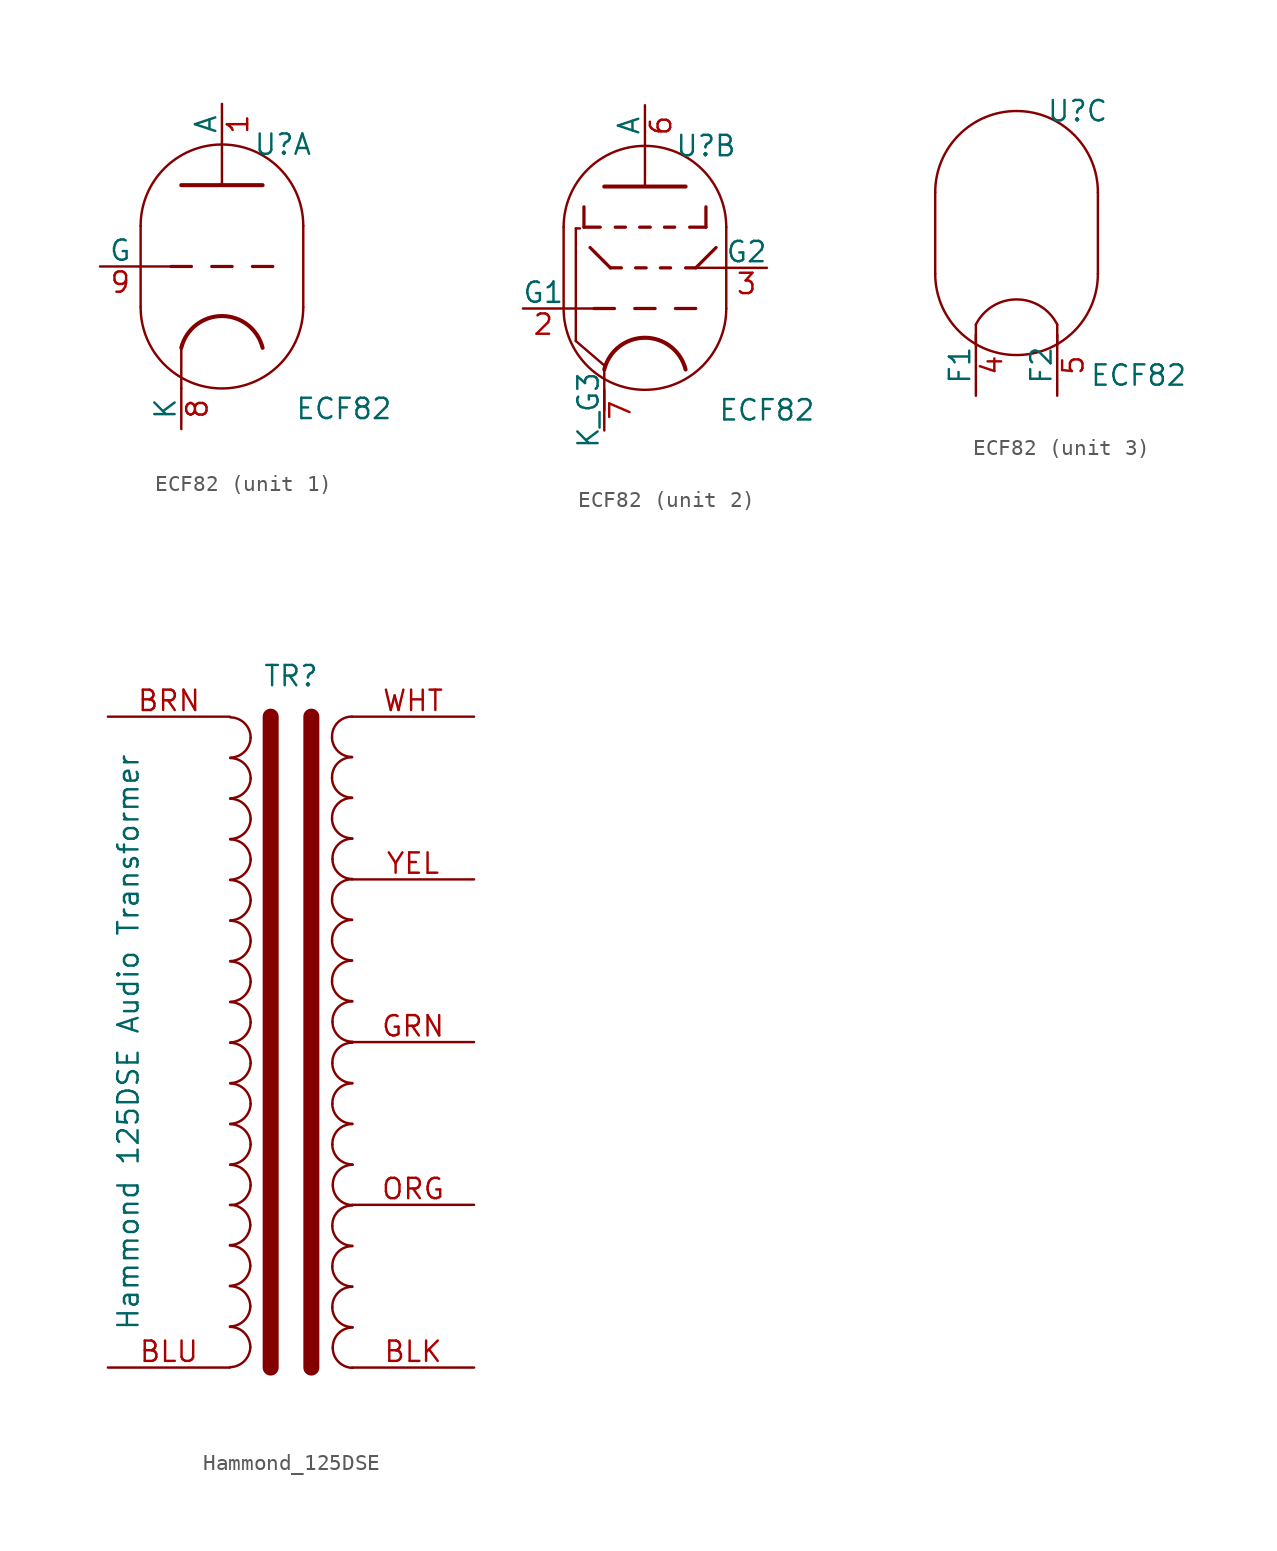
<source format=kicad_sym>
(kicad_symbol_lib
  (version 20241209)
  (generator "kicad_symbol_editor")
  (generator_version "9.0")
  (symbol "ECF82"
    (pin_names
      (offset 0))
    (property "Reference" "U"
      (at 3.81 7.62 0)
      (effects (font (size 1.27 1.27))))
    (property "Value" "ECF82"
      (at 7.62 -8.89 0)
      (effects (font (size 1.27 1.27))))
    (property "ki_locked" ""
      (at 0 0 0)
      (effects (font (size 1.27 1.27))))
    (symbol "ECF82_0_1"
      (polyline (pts (xy -5.08 2.54) (xy -5.08 -2.54) (xy -5.08 -2.54) (xy -5.08 -2.54)) (stroke (width 0) (type default)) (fill (type none)))
      (arc (start -5.08 2.54) (mid 0 7.5979) (end 5.08 2.54) (stroke (width 0) (type default)) (fill (type none)))
      (arc (start 5.08 -2.54) (mid 0 -7.5979) (end -5.08 -2.54) (stroke (width 0) (type default)) (fill (type none)))
      (polyline (pts (xy 5.08 2.54) (xy 5.08 -2.54)) (stroke (width 0) (type default)) (fill (type none))))
    (symbol "ECF82_1_0"
      (polyline (pts (xy -2.54 -5.08) (xy -2.54 -7.62)) (stroke (width 0) (type default)) (fill (type none))))
    (symbol "ECF82_1_1"
      (polyline (pts (xy -5.08 0) (xy -3.175 0)) (stroke (width 0) (type default)) (fill (type none)))
      (polyline (pts (xy -2.54 5.08) (xy 2.54 5.08) (xy 2.54 5.08)) (stroke (width 0.254) (type default)) (fill (type none)))
      (polyline (pts (xy -1.905 0) (xy -3.175 0)) (stroke (width 0.203) (type default)) (fill (type none)))
      (polyline (pts (xy -0.635 0) (xy 0.635 0)) (stroke (width 0.203) (type default)) (fill (type none)))
      (polyline (pts (xy 0 5.08) (xy 0 7.62)) (stroke (width 0) (type default)) (fill (type none)))
      (arc (start -2.54 -5.08) (mid 0 -3.0968) (end 2.54 -5.08) (stroke (width 0.254) (type default)) (fill (type none)))
      (polyline (pts (xy 1.905 0) (xy 3.175 0)) (stroke (width 0.203) (type default)) (fill (type none)))
      (pin input line (at -7.62 0 0) (length 2.54) (name "G" (effects (font (size 1.27 1.27)))) (number "9" (effects (font (size 1.27 1.27)))))
      (pin bidirectional line (at -2.54 -10.16 90) (length 2.54) (name "K" (effects (font (size 1.27 1.27)))) (number "8" (effects (font (size 1.27 1.27)))))
      (pin output line (at 0 10.16 270) (length 2.54) (name "A" (effects (font (size 1.27 1.27)))) (number "1" (effects (font (size 1.27 1.27))))))
    (symbol "ECF82_2_0"
      (polyline (pts (xy -2.54 -6.35) (xy -2.54 -8.89)) (stroke (width 0) (type default)) (fill (type none)))
      (polyline (pts (xy 0 5.08) (xy 0 7.62)) (stroke (width 0) (type default)) (fill (type none)))
      (polyline (pts (xy 2.54 0) (xy 3.175 0)) (stroke (width 0.203) (type default)) (fill (type none)))
      (polyline (pts (xy 4.445 1.27) (xy 3.175 0)) (stroke (width 0.203) (type default)) (fill (type none))))
    (symbol "ECF82_2_1"
      (polyline (pts (xy -5.08 -2.54) (xy -3.175 -2.54)) (stroke (width 0) (type default)) (fill (type none)))
      (polyline (pts (xy -4.318 -4.572) (xy -4.318 2.464)) (stroke (width 0.152) (type default)) (fill (type none)))
      (polyline (pts (xy -4.318 -4.572) (xy -2.54 -6.096)) (stroke (width 0.152) (type default)) (fill (type none)))
      (polyline (pts (xy -4.064 2.464) (xy -4.318 2.464)) (stroke (width 0.152) (type default)) (fill (type none)))
      (polyline (pts (xy -3.81 3.81) (xy -3.81 2.54)) (stroke (width 0.203) (type default)) (fill (type none)))
      (polyline (pts (xy -3.81 2.54) (xy -2.794 2.54)) (stroke (width 0.203) (type default)) (fill (type none)))
      (polyline (pts (xy -3.429 1.27) (xy -2.159 0)) (stroke (width 0.203) (type default)) (fill (type none)))
      (polyline (pts (xy -2.54 5.08) (xy 2.54 5.08) (xy 2.54 5.08)) (stroke (width 0.254) (type default)) (fill (type none)))
      (polyline (pts (xy -2.159 0) (xy -1.473 0)) (stroke (width 0.203) (type default)) (fill (type none)))
      (polyline (pts (xy -1.905 -2.54) (xy -3.175 -2.54)) (stroke (width 0.203) (type default)) (fill (type none)))
      (polyline (pts (xy -1.854 2.54) (xy -1.219 2.54)) (stroke (width 0.203) (type default)) (fill (type none)))
      (polyline (pts (xy -0.635 -2.54) (xy 0.635 -2.54)) (stroke (width 0.203) (type default)) (fill (type none)))
      (polyline (pts (xy -0.584 0) (xy 0.076 0)) (stroke (width 0.203) (type default)) (fill (type none)))
      (polyline (pts (xy -0.33 2.54) (xy 0.33 2.54)) (stroke (width 0.203) (type default)) (fill (type none)))
      (arc (start -2.54 -6.35) (mid 0 -4.3668) (end 2.54 -6.35) (stroke (width 0.254) (type default)) (fill (type none)))
      (polyline (pts (xy 0.965 0) (xy 1.6 0)) (stroke (width 0.203) (type default)) (fill (type none)))
      (polyline (pts (xy 1.219 2.54) (xy 1.854 2.54)) (stroke (width 0.203) (type default)) (fill (type none)))
      (polyline (pts (xy 1.905 -2.54) (xy 3.175 -2.54)) (stroke (width 0.203) (type default)) (fill (type none)))
      (polyline (pts (xy 3.175 0) (xy 5.08 0)) (stroke (width 0) (type default)) (fill (type none)))
      (polyline (pts (xy 3.81 3.81) (xy 3.81 2.54)) (stroke (width 0.203) (type default)) (fill (type none)))
      (polyline (pts (xy 3.81 2.54) (xy 2.794 2.54)) (stroke (width 0.203) (type default)) (fill (type none)))
      (pin input line (at -7.62 -2.54 0) (length 2.54) (name "G1" (effects (font (size 1.27 1.27)))) (number "2" (effects (font (size 1.27 1.27)))))
      (pin bidirectional line (at -2.54 -10.16 90) (length 2.54) (name "K_G3" (effects (font (size 1.27 1.27)))) (number "7" (effects (font (size 1.27 1.27)))))
      (pin output line (at 0 10.16 270) (length 2.54) (name "A" (effects (font (size 1.27 1.27)))) (number "6" (effects (font (size 1.27 1.27)))))
      (pin input line (at 7.62 0 180) (length 2.54) (name "G2" (effects (font (size 1.27 1.27)))) (number "3" (effects (font (size 1.27 1.27))))))
    (symbol "ECF82_3_1"
      (polyline (pts (xy -2.54 -6.985) (xy -2.54 -5.715) (xy -2.54 -5.715)) (stroke (width 0) (type default)) (fill (type none)))
      (arc (start -2.54 -5.715) (mid 0 -4.1452) (end 2.54 -5.715) (stroke (width 0) (type default)) (fill (type none)))
      (polyline (pts (xy 2.54 -6.985) (xy 2.54 -5.715) (xy 2.54 -5.715) (xy 2.54 -5.715)) (stroke (width 0) (type default)) (fill (type none)))
      (pin power_in line (at -2.54 -10.16 90) (length 3.81) (name "F1" (effects (font (size 1.27 1.27)))) (number "4" (effects (font (size 1.27 1.27)))))
      (pin power_in line (at 2.54 -10.16 90) (length 3.81) (name "F2" (effects (font (size 1.27 1.27)))) (number "5" (effects (font (size 1.27 1.27)))))))
  (symbol "Hammond_125DSE"
    (pin_names
      (offset 1.016)
      (hide yes))
    (property "Reference" "TR"
      (at 1.27 27.94 0)
      (effects (font (size 1.27 1.27))))
    (property "Value" "Hammond 125DSE Audio Transformer"
      (at -8.89 5.08 90)
      (effects (font (size 1.27 1.27))))
    (symbol "Hammond_125DSE_0_1"
      (arc (start -1.27 -6.35) (mid -1.6561 -7.2263) (end -2.54 -7.5946) (stroke (width 0) (type default)) (fill (type none)))
      (arc (start -1.27 -8.89) (mid -1.6561 -9.7663) (end -2.54 -10.1346) (stroke (width 0) (type default)) (fill (type none)))
      (arc (start -1.27 -11.43) (mid -1.6561 -12.3063) (end -2.54 -12.6746) (stroke (width 0) (type default)) (fill (type none)))
      (arc (start -1.27 -13.97) (mid -1.6561 -14.8463) (end -2.54 -15.2146) (stroke (width 0) (type default)) (fill (type none)))
      (arc (start -2.54 -5.08) (mid -1.642 -5.452) (end -1.27 -6.35) (stroke (width 0) (type default)) (fill (type none)))
      (arc (start -2.54 -7.62) (mid -1.642 -7.992) (end -1.27 -8.89) (stroke (width 0) (type default)) (fill (type none)))
      (arc (start -2.54 -10.16) (mid -1.642 -10.532) (end -1.27 -11.43) (stroke (width 0) (type default)) (fill (type none)))
      (arc (start -2.54 -12.7) (mid -1.642 -13.072) (end -1.27 -13.97) (stroke (width 0) (type default)) (fill (type none)))
      (arc (start -1.2515 24.0855) (mid -1.6376 23.2092) (end -2.5215 22.8409) (stroke (width 0) (type default)) (fill (type none)))
      (arc (start -1.2515 21.5455) (mid -1.6376 20.6692) (end -2.5215 20.3009) (stroke (width 0) (type default)) (fill (type none)))
      (arc (start -1.2515 19.0055) (mid -1.6376 18.1292) (end -2.5215 17.7609) (stroke (width 0) (type default)) (fill (type none)))
      (arc (start -1.2515 16.4655) (mid -1.6376 15.5892) (end -2.5215 15.2209) (stroke (width 0) (type default)) (fill (type none)))
      (arc (start -1.2515 13.9255) (mid -1.6376 13.0492) (end -2.5215 12.6809) (stroke (width 0) (type default)) (fill (type none)))
      (arc (start -1.2515 11.3855) (mid -1.6376 10.5092) (end -2.5215 10.1409) (stroke (width 0) (type default)) (fill (type none)))
      (arc (start -1.2515 8.8455) (mid -1.6376 7.9692) (end -2.5215 7.6009) (stroke (width 0) (type default)) (fill (type none)))
      (arc (start -1.2515 6.3055) (mid -1.6376 5.4292) (end -2.5215 5.0609) (stroke (width 0) (type default)) (fill (type none)))
      (arc (start -1.2515 3.7655) (mid -1.6376 2.8892) (end -2.5215 2.5209) (stroke (width 0) (type default)) (fill (type none)))
      (arc (start -1.2515 1.2255) (mid -1.6376 0.3492) (end -2.5215 -0.0191) (stroke (width 0) (type default)) (fill (type none)))
      (arc (start -1.2515 -1.3145) (mid -1.6376 -2.1908) (end -2.5215 -2.5591) (stroke (width 0) (type default)) (fill (type none)))
      (arc (start -1.2515 -3.8545) (mid -1.6376 -4.7308) (end -2.5215 -5.0991) (stroke (width 0) (type default)) (fill (type none)))
      (arc (start -2.5215 25.3555) (mid -1.6235 24.9835) (end -1.2515 24.0855) (stroke (width 0) (type default)) (fill (type none)))
      (arc (start -2.5215 22.8155) (mid -1.6235 22.4435) (end -1.2515 21.5455) (stroke (width 0) (type default)) (fill (type none)))
      (arc (start -2.5215 20.2755) (mid -1.6235 19.9035) (end -1.2515 19.0055) (stroke (width 0) (type default)) (fill (type none)))
      (arc (start -2.5215 17.7355) (mid -1.6235 17.3635) (end -1.2515 16.4655) (stroke (width 0) (type default)) (fill (type none)))
      (arc (start -2.5215 15.1955) (mid -1.6235 14.8235) (end -1.2515 13.9255) (stroke (width 0) (type default)) (fill (type none)))
      (arc (start -2.5215 12.6555) (mid -1.6235 12.2835) (end -1.2515 11.3855) (stroke (width 0) (type default)) (fill (type none)))
      (arc (start -2.5215 10.1155) (mid -1.6235 9.7435) (end -1.2515 8.8455) (stroke (width 0) (type default)) (fill (type none)))
      (arc (start -2.5215 7.5755) (mid -1.6235 7.2035) (end -1.2515 6.3055) (stroke (width 0) (type default)) (fill (type none)))
      (arc (start -2.5215 5.0355) (mid -1.6235 4.6635) (end -1.2515 3.7655) (stroke (width 0) (type default)) (fill (type none)))
      (arc (start -2.5215 2.4955) (mid -1.6235 2.1235) (end -1.2515 1.2255) (stroke (width 0) (type default)) (fill (type none)))
      (arc (start -2.5215 -0.0445) (mid -1.6235 -0.4165) (end -1.2515 -1.3145) (stroke (width 0) (type default)) (fill (type none)))
      (arc (start -2.5215 -2.5845) (mid -1.6235 -2.9565) (end -1.2515 -3.8545) (stroke (width 0) (type default)) (fill (type none)))
      (polyline (pts (xy 0 25.4) (xy 0 -15.24)) (stroke (width 1) (type default)) (fill (type none)))
      (polyline (pts (xy 2.54 -15.24) (xy 2.54 25.4)) (stroke (width 1) (type default)) (fill (type none)))
      (arc (start 3.8354 24.13) (mid 4.1857 25.0317) (end 5.08 25.4) (stroke (width 0) (type default)) (fill (type none)))
      (arc (start 3.8354 21.59) (mid 4.1857 22.4917) (end 5.08 22.86) (stroke (width 0) (type default)) (fill (type none)))
      (arc (start 3.8354 19.05) (mid 4.1857 19.9517) (end 5.08 20.32) (stroke (width 0) (type default)) (fill (type none)))
      (arc (start 3.8354 13.97) (mid 4.1857 14.8717) (end 5.08 15.24) (stroke (width 0) (type default)) (fill (type none)))
      (arc (start 3.8354 11.43) (mid 4.1857 12.3317) (end 5.08 12.7) (stroke (width 0) (type default)) (fill (type none)))
      (arc (start 3.8354 8.89) (mid 4.1857 9.7917) (end 5.08 10.16) (stroke (width 0) (type default)) (fill (type none)))
      (arc (start 3.8554 3.77) (mid 4.2037 4.6736) (end 5.1 5.04) (stroke (width 0) (type default)) (fill (type none)))
      (arc (start 3.8554 1.23) (mid 4.2037 2.1336) (end 5.1 2.5) (stroke (width 0) (type default)) (fill (type none)))
      (arc (start 3.8554 -1.31) (mid 4.2037 -0.4064) (end 5.1 -0.04) (stroke (width 0) (type default)) (fill (type none)))
      (arc (start 5.08 22.8854) (mid 4.1999 23.2499) (end 3.8354 24.13) (stroke (width 0) (type default)) (fill (type none)))
      (arc (start 5.08 20.3454) (mid 4.1999 20.7099) (end 3.8354 21.59) (stroke (width 0) (type default)) (fill (type none)))
      (arc (start 5.08 17.8054) (mid 4.1999 18.1699) (end 3.8354 19.05) (stroke (width 0) (type default)) (fill (type none)))
      (arc (start 5.08 12.7254) (mid 4.1999 13.0899) (end 3.8354 13.97) (stroke (width 0) (type default)) (fill (type none)))
      (arc (start 5.08 10.1854) (mid 4.1999 10.5499) (end 3.8354 11.43) (stroke (width 0) (type default)) (fill (type none)))
      (arc (start 5.08 7.6454) (mid 4.1999 8.0099) (end 3.8354 8.89) (stroke (width 0) (type default)) (fill (type none)))
      (arc (start 3.8524 -6.392) (mid 4.2027 -5.4903) (end 5.097 -5.122) (stroke (width 0) (type default)) (fill (type none)))
      (arc (start 3.8524 -8.932) (mid 4.2027 -8.0303) (end 5.097 -7.662) (stroke (width 0) (type default)) (fill (type none)))
      (arc (start 3.8524 -11.472) (mid 4.2027 -10.5703) (end 5.097 -10.202) (stroke (width 0) (type default)) (fill (type none)))
      (arc (start 3.8608 16.51) (mid 4.2111 17.4115) (end 5.1054 17.78) (stroke (width 0) (type default)) (fill (type none)))
      (arc (start 3.8608 6.35) (mid 4.2111 7.2515) (end 5.1054 7.62) (stroke (width 0) (type default)) (fill (type none)))
      (arc (start 5.097 -7.6366) (mid 4.2169 -7.2721) (end 3.8524 -6.392) (stroke (width 0) (type default)) (fill (type none)))
      (arc (start 5.097 -10.1766) (mid 4.2169 -9.8121) (end 3.8524 -8.932) (stroke (width 0) (type default)) (fill (type none)))
      (arc (start 5.097 -12.7166) (mid 4.2169 -12.3521) (end 3.8524 -11.472) (stroke (width 0) (type default)) (fill (type none)))
      (arc (start 5.1 2.5254) (mid 4.2199 2.8899) (end 3.8554 3.77) (stroke (width 0) (type default)) (fill (type none)))
      (arc (start 5.1 -0.0146) (mid 4.2199 0.3499) (end 3.8554 1.23) (stroke (width 0) (type default)) (fill (type none)))
      (arc (start 5.1 -2.5546) (mid 4.2199 -2.1901) (end 3.8554 -1.31) (stroke (width 0) (type default)) (fill (type none)))
      (arc (start 3.8778 -14.012) (mid 4.2281 -13.1105) (end 5.1224 -12.742) (stroke (width 0) (type default)) (fill (type none)))
      (arc (start 5.1054 15.2654) (mid 4.2257 15.6301) (end 3.8608 16.51) (stroke (width 0) (type default)) (fill (type none)))
      (arc (start 5.1054 5.1054) (mid 4.2257 5.4701) (end 3.8608 6.35) (stroke (width 0) (type default)) (fill (type none)))
      (arc (start 3.8808 -3.85) (mid 4.2317 -2.9491) (end 5.1254 -2.58) (stroke (width 0) (type default)) (fill (type none)))
      (arc (start 5.1254 -5.0946) (mid 4.2442 -4.7311) (end 3.8808 -3.85) (stroke (width 0) (type default)) (fill (type none)))
      (arc (start 5.1224 -15.2566) (mid 4.2424 -14.8919) (end 3.8778 -14.012) (stroke (width 0) (type default)) (fill (type none))))
    (symbol "Hammond_125DSE_1_1"
      (pin passive line (at -10.16 25.4 0) (length 7.62) (name "AA" (effects (font (size 1.27 1.27)))) (number "BRN" (effects (font (size 1.27 1.27)))))
      (pin passive line (at -10.16 -15.24 0) (length 7.62) (name "AB" (effects (font (size 1.27 1.27)))) (number "BLU" (effects (font (size 1.27 1.27)))))
      (pin passive line (at 12.7 25.4 180) (length 7.62) (name "SA" (effects (font (size 1.27 1.27)))) (number "WHT" (effects (font (size 1.27 1.27)))))
      (pin passive line (at 12.7 15.24 180) (length 7.62) (name "SB" (effects (font (size 1.27 1.27)))) (number "YEL" (effects (font (size 1.27 1.27)))))
      (pin passive line (at 12.7 5.08 180) (length 7.62) (name "SC" (effects (font (size 1.27 1.27)))) (number "GRN" (effects (font (size 1.27 1.27)))))
      (pin passive line (at 12.7 -5.08 180) (length 7.62) (name "SD" (effects (font (size 1.27 1.27)))) (number "ORG" (effects (font (size 1.27 1.27)))))
      (pin passive line (at 12.7 -15.24 180) (length 7.62) (name "SE" (effects (font (size 1.27 1.27)))) (number "BLK" (effects (font (size 1.27 1.27))))))))
</source>
